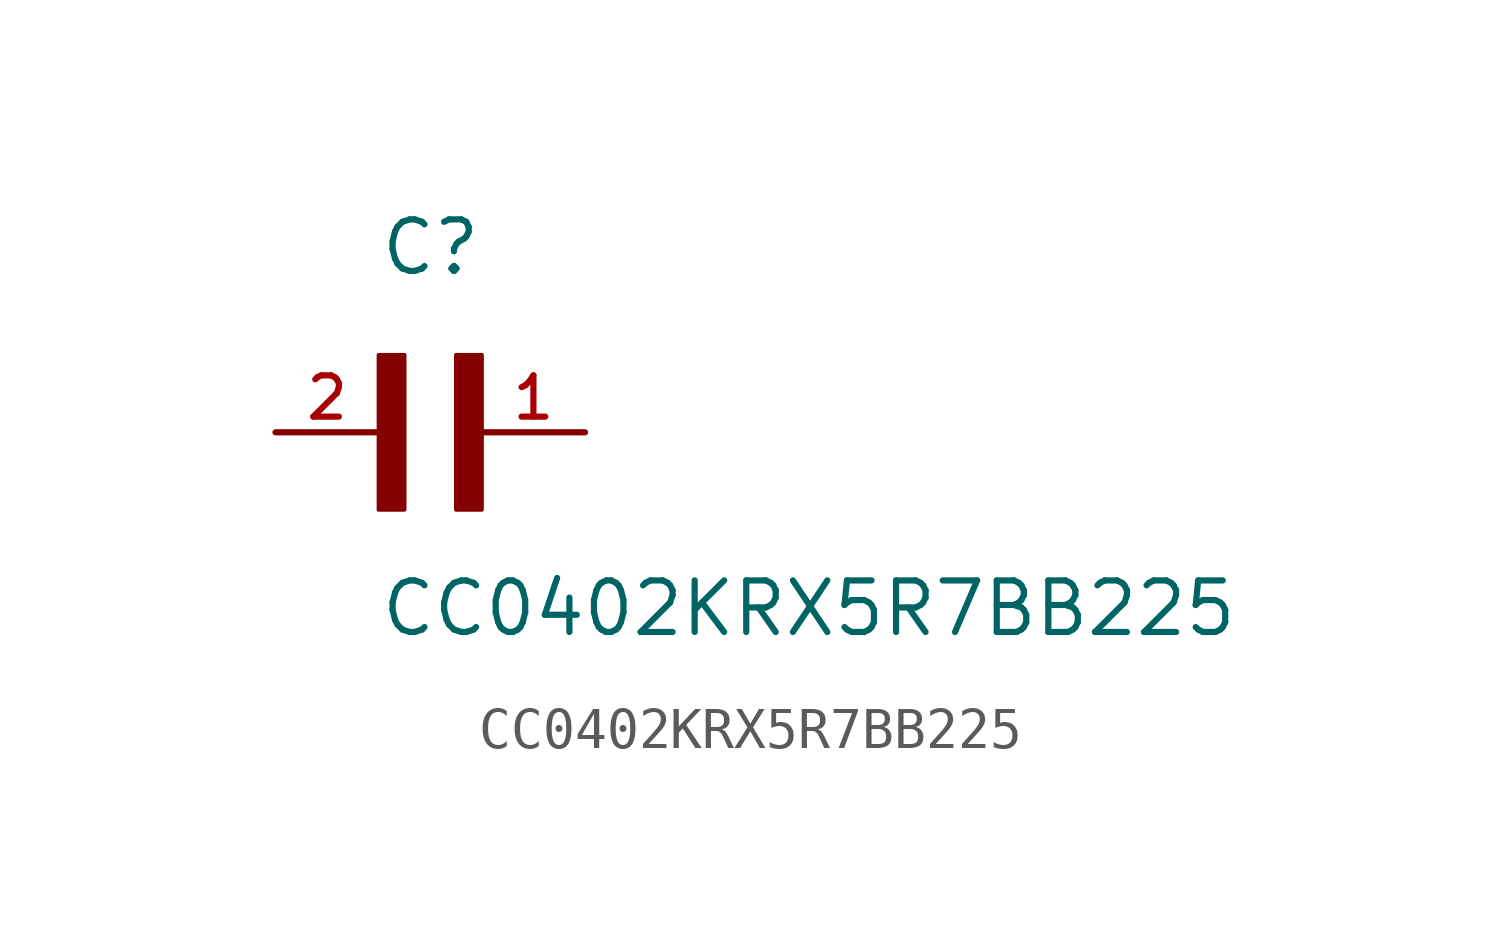
<source format=kicad_sym>
(kicad_symbol_lib
  (version 20211014)
  (generator kicad_symbol_editor)
  (symbol "CC0402KRX5R7BB225"
    (pin_names
      (offset 1.016))
    (property "Reference" "C"
      (at 0.0 3.81 0)
      (effects (font (size 1.27 1.27)) (justify bottom left)))
    (property "Value" "CC0402KRX5R7BB225"
      (at 0.0 -5.08 0)
      (effects (font (size 1.27 1.27)) (justify bottom left)))
    (symbol "CC0402KRX5R7BB225_0_0"
      (rectangle (start 0.0 -1.905) (end 0.635 1.905) (stroke (width 0.1)) (fill (type outline)))
      (rectangle (start 1.905 -1.905) (end 2.54 1.905) (stroke (width 0.1)) (fill (type outline)))
      (pin passive line (at 5.08 0.0 180.0) (length 2.54) (name "~" (effects (font (size 1.016 1.016)))) (number "1" (effects (font (size 1.016 1.016)))))
      (pin passive line (at -2.54 0.0 0) (length 2.54) (name "~" (effects (font (size 1.016 1.016)))) (number "2" (effects (font (size 1.016 1.016))))))))
</source>
